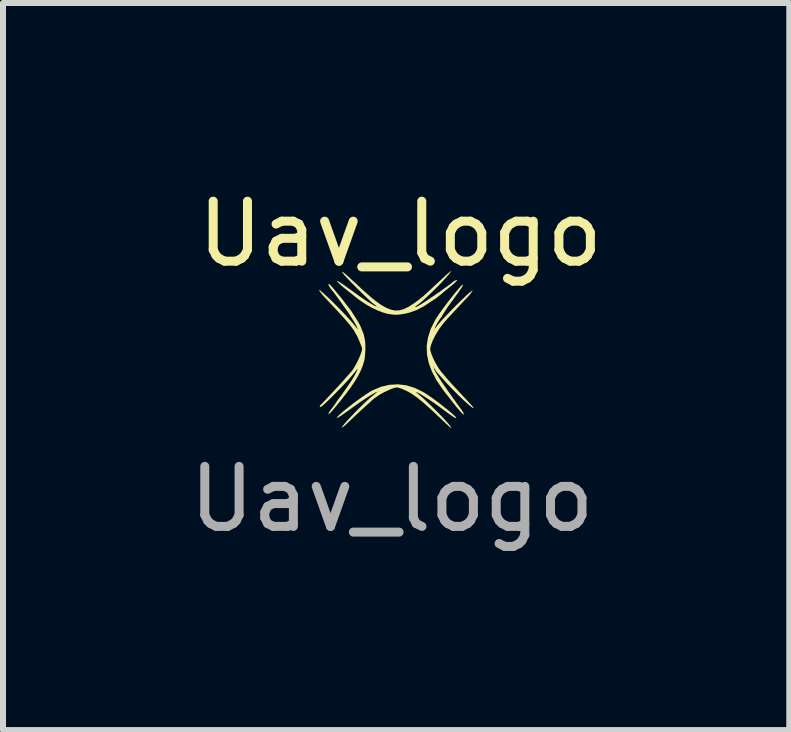
<source format=kicad_pcb>
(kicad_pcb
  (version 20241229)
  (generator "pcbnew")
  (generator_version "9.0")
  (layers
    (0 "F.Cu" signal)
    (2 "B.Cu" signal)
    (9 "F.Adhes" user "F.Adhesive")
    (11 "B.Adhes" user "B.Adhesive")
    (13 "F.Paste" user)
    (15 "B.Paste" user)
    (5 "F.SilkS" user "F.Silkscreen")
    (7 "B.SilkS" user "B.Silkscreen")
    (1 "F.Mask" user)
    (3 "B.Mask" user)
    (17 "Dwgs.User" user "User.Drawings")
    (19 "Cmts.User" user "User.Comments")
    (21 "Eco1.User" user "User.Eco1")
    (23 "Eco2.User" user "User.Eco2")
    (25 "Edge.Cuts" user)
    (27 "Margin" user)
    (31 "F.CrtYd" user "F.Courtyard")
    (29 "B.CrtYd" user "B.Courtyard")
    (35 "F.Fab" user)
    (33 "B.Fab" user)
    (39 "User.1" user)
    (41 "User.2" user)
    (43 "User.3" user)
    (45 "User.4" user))
  (footprint "Uav_logo"
    (layer "F.Cu")
    (at 3.482 2.768)
    (property "Reference" "Uav_logo" (at 0.14 -1.92 0) (unlocked yes) (layer "F.SilkS") (effects (font (size 1 1) (thickness 0.15))))
    (attr smd exclude_from_bom allow_missing_courtyard)
    (fp_poly (pts (xy -0.215 -0.69) (xy -0.222 -0.684) (xy -0.228 -0.69) (xy -0.222 -0.696)) (stroke (width 0) (type solid)) (fill yes) (layer "F.SilkS"))
    (fp_poly (pts (xy -0.215 0.703) (xy -0.222 0.709) (xy -0.228 0.703) (xy -0.222 0.696)) (stroke (width 0) (type solid)) (fill yes) (layer "F.SilkS"))
    (fp_poly (pts (xy 0.696 -0.298) (xy 0.69 -0.291) (xy 0.684 -0.298) (xy 0.69 -0.304)) (stroke (width 0) (type solid)) (fill yes) (layer "F.SilkS"))
    (fp_poly (pts (xy 0.696 0.298) (xy 0.69 0.304) (xy 0.684 0.298) (xy 0.69 0.291)) (stroke (width 0) (type solid)) (fill yes) (layer "F.SilkS"))
    (fp_poly (pts (xy 0.709 -0.323) (xy 0.703 -0.317) (xy 0.696 -0.323) (xy 0.703 -0.329)) (stroke (width 0) (type solid)) (fill yes) (layer "F.SilkS"))
    (fp_poly (pts (xy 0.241 0.604) (xy 0.381 0.647) (xy 0.52 0.715) (xy 0.553 0.735) (xy 0.608 0.771) (xy 0.67 0.814) (xy 0.736 0.862) (xy 0.804 0.913) (xy 0.869 0.965) (xy 0.931 1.014) (xy 0.985 1.059) (xy 1.028 1.097) (xy 1.058 1.126) (xy 1.072 1.144) (xy 1.072 1.148) (xy 1.063 1.15) (xy 1.044 1.142) (xy 1.014 1.123) (xy 0.969 1.092) (xy 0.908 1.048) (xy 0.889 1.034) (xy 0.797 0.966) (xy 0.708 0.902) (xy 0.624 0.845) (xy 0.549 0.796) (xy 0.486 0.756) (xy 0.437 0.729) (xy 0.412 0.718) (xy 0.401 0.717) (xy 0.413 0.729) (xy 0.423 0.737) (xy 0.466 0.772) (xy 0.519 0.818) (xy 0.578 0.873) (xy 0.642 0.934) (xy 0.707 0.998) (xy 0.772 1.062) (xy 0.832 1.125) (xy 0.886 1.182) (xy 0.931 1.232) (xy 0.965 1.272) (xy 0.984 1.3) (xy 0.988 1.309) (xy 0.986 1.312) (xy 0.978 1.309) (xy 0.964 1.298) (xy 0.94 1.277) (xy 0.904 1.244) (xy 0.854 1.197) (xy 0.788 1.134) (xy 0.785 1.132) (xy 0.674 1.027) (xy 0.577 0.939) (xy 0.492 0.866) (xy 0.417 0.806) (xy 0.348 0.757) (xy 0.285 0.718) (xy 0.223 0.687) (xy 0.161 0.661) (xy 0.159 0.66) (xy 0.116 0.645) (xy 0.087 0.639) (xy 0.06 0.641) (xy 0.026 0.651) (xy 0.02 0.652) (xy -0.023 0.669) (xy -0.076 0.693) (xy -0.132 0.72) (xy -0.184 0.748) (xy -0.225 0.773) (xy -0.249 0.791) (xy -0.29 0.818) (xy -0.315 0.838) (xy -0.33 0.852) (xy -0.363 0.882) (xy -0.405 0.92) (xy -0.443 0.955) (xy -0.498 1.005) (xy -0.565 1.067) (xy -0.639 1.136) (xy -0.714 1.207) (xy -0.769 1.259) (xy -0.801 1.287) (xy -0.825 1.305) (xy -0.835 1.309) (xy -0.836 1.308) (xy -0.827 1.291) (xy -0.803 1.259) (xy -0.765 1.215) (xy -0.718 1.163) (xy -0.663 1.105) (xy -0.604 1.043) (xy -0.542 0.981) (xy -0.482 0.922) (xy -0.425 0.868) (xy -0.374 0.822) (xy -0.333 0.787) (xy -0.331 0.785) (xy -0.292 0.754) (xy -0.263 0.729) (xy -0.248 0.714) (xy -0.246 0.712) (xy -0.259 0.715) (xy -0.289 0.731) (xy -0.333 0.757) (xy -0.386 0.789) (xy -0.444 0.827) (xy -0.505 0.867) (xy -0.565 0.908) (xy -0.606 0.937) (xy -0.66 0.976) (xy -0.71 1.012) (xy -0.751 1.042) (xy -0.777 1.06) (xy -0.777 1.06) (xy -0.837 1.103) (xy -0.882 1.131) (xy -0.91 1.146) (xy -0.92 1.147) (xy -0.913 1.133) (xy -0.886 1.105) (xy -0.868 1.088) (xy -0.808 1.035) (xy -0.736 0.977) (xy -0.657 0.915) (xy -0.574 0.853) (xy -0.494 0.796) (xy -0.42 0.746) (xy -0.357 0.706) (xy -0.351 0.703) (xy -0.228 0.703) (xy -0.222 0.709) (xy -0.215 0.703) (xy -0.222 0.696) (xy -0.228 0.703) (xy -0.351 0.703) (xy -0.321 0.686) (xy -0.181 0.628) (xy -0.041 0.595) (xy 0.101 0.587)) (stroke (width 0) (type solid)) (fill yes) (layer "F.SilkS"))
    (fp_poly (pts (xy 0.988 -1.299) (xy 0.98 -1.286) (xy 0.958 -1.258) (xy 0.926 -1.22) (xy 0.887 -1.176) (xy 0.845 -1.13) (xy 0.804 -1.086) (xy 0.767 -1.048) (xy 0.765 -1.046) (xy 0.681 -0.963) (xy 0.605 -0.891) (xy 0.538 -0.829) (xy 0.485 -0.782) (xy 0.445 -0.749) (xy 0.433 -0.741) (xy 0.4 -0.717) (xy 0.386 -0.702) (xy 0.393 -0.7) (xy 0.42 -0.71) (xy 0.432 -0.716) (xy 0.465 -0.735) (xy 0.513 -0.765) (xy 0.572 -0.803) (xy 0.638 -0.848) (xy 0.709 -0.896) (xy 0.78 -0.945) (xy 0.848 -0.993) (xy 0.91 -1.038) (xy 0.962 -1.076) (xy 1.001 -1.106) (xy 1.023 -1.125) (xy 1.026 -1.128) (xy 1.041 -1.138) (xy 1.064 -1.146) (xy 1.095 -1.155) (xy 1.064 -1.121) (xy 1.042 -1.1) (xy 1.005 -1.068) (xy 0.958 -1.029) (xy 0.906 -0.988) (xy 0.903 -0.985) (xy 0.855 -0.946) (xy 0.817 -0.912) (xy 0.732 -0.845) (xy 0.691 -0.819) (xy 0.657 -0.796) (xy 0.528 -0.711) (xy 0.405 -0.648) (xy 0.285 -0.606) (xy 0.235 -0.594) (xy 0.15 -0.579) (xy 0.08 -0.572) (xy 0.013 -0.575) (xy -0.06 -0.586) (xy -0.082 -0.59) (xy -0.16 -0.613) (xy -0.25 -0.649) (xy -0.335 -0.69) (xy -0.228 -0.69) (xy -0.222 -0.684) (xy -0.215 -0.69) (xy -0.222 -0.696) (xy -0.228 -0.69) (xy -0.335 -0.69) (xy -0.345 -0.695) (xy -0.439 -0.749) (xy -0.525 -0.806) (xy -0.532 -0.811) (xy -0.577 -0.845) (xy -0.614 -0.873) (xy -0.638 -0.893) (xy -0.646 -0.899) (xy -0.658 -0.91) (xy -0.685 -0.932) (xy -0.722 -0.96) (xy -0.728 -0.965) (xy -0.782 -1.007) (xy -0.83 -1.048) (xy -0.87 -1.085) (xy -0.9 -1.114) (xy -0.915 -1.133) (xy -0.914 -1.14) (xy -0.899 -1.132) (xy -0.867 -1.113) (xy -0.822 -1.083) (xy -0.767 -1.045) (xy -0.718 -1.009) (xy -0.622 -0.94) (xy -0.543 -0.883) (xy -0.477 -0.838) (xy -0.422 -0.801) (xy -0.373 -0.77) (xy -0.327 -0.743) (xy -0.31 -0.734) (xy -0.272 -0.714) (xy -0.254 -0.707) (xy -0.255 -0.712) (xy -0.262 -0.72) (xy -0.284 -0.739) (xy -0.297 -0.747) (xy -0.297 -0.747) (xy -0.31 -0.756) (xy -0.338 -0.78) (xy -0.378 -0.816) (xy -0.427 -0.863) (xy -0.483 -0.917) (xy -0.542 -0.975) (xy -0.601 -1.034) (xy -0.659 -1.092) (xy -0.711 -1.146) (xy -0.756 -1.193) (xy -0.791 -1.231) (xy -0.811 -1.256) (xy -0.812 -1.257) (xy -0.828 -1.28) (xy -0.83 -1.29) (xy -0.818 -1.284) (xy -0.79 -1.263) (xy -0.747 -1.226) (xy -0.688 -1.172) (xy -0.611 -1.101) (xy -0.594 -1.086) (xy -0.493 -0.992) (xy -0.407 -0.915) (xy -0.334 -0.852) (xy -0.27 -0.801) (xy -0.213 -0.759) (xy -0.161 -0.725) (xy -0.11 -0.697) (xy -0.093 -0.688) (xy -0.017 -0.657) (xy 0.054 -0.643) (xy 0.125 -0.646) (xy 0.199 -0.667) (xy 0.28 -0.707) (xy 0.372 -0.766) (xy 0.394 -0.782) (xy 0.428 -0.807) (xy 0.458 -0.83) (xy 0.487 -0.853) (xy 0.518 -0.878) (xy 0.553 -0.909) (xy 0.596 -0.948) (xy 0.649 -0.998) (xy 0.716 -1.06) (xy 0.766 -1.107) (xy 0.843 -1.178) (xy 0.902 -1.233) (xy 0.946 -1.271) (xy 0.973 -1.293) (xy 0.986 -1.3)) (stroke (width 0) (type solid)) (fill yes) (layer "F.SilkS"))
    (fp_poly (pts (xy -1.046 -1.083) (xy -1.021 -1.061) (xy -0.984 -1.02) (xy -0.933 -0.958) (xy -0.93 -0.954) (xy -0.902 -0.921) (xy -0.882 -0.896) (xy -0.873 -0.886) (xy -0.863 -0.874) (xy -0.84 -0.846) (xy -0.809 -0.806) (xy -0.772 -0.756) (xy -0.763 -0.745) (xy -0.725 -0.696) (xy -0.692 -0.656) (xy -0.634 -0.566) (xy -0.627 -0.554) (xy -0.592 -0.501) (xy -0.559 -0.447) (xy -0.533 -0.398) (xy -0.515 -0.362) (xy -0.513 -0.354) (xy -0.501 -0.323) (xy -0.486 -0.285) (xy -0.484 -0.28) (xy -0.471 -0.249) (xy -0.466 -0.229) (xy -0.466 -0.226) (xy -0.464 -0.21) (xy -0.456 -0.18) (xy -0.455 -0.176) (xy -0.447 -0.129) (xy -0.443 -0.065) (xy -0.443 0.008) (xy -0.447 0.083) (xy -0.454 0.152) (xy -0.463 0.198) (xy -0.486 0.275) (xy -0.518 0.355) (xy -0.56 0.439) (xy -0.614 0.53) (xy -0.681 0.63) (xy -0.763 0.741) (xy -0.861 0.866) (xy -0.941 0.964) (xy -0.992 1.024) (xy -1.028 1.063) (xy -1.05 1.082) (xy -1.058 1.08) (xy -1.054 1.066) (xy -1.042 1.044) (xy -1.02 1.012) (xy -1.006 0.994) (xy -0.975 0.953) (xy -0.941 0.905) (xy -0.924 0.88) (xy -0.9 0.845) (xy -0.882 0.82) (xy -0.874 0.81) (xy -0.863 0.797) (xy -0.839 0.764) (xy -0.804 0.714) (xy -0.758 0.649) (xy -0.704 0.57) (xy -0.674 0.525) (xy -0.653 0.492) (xy -0.63 0.453) (xy -0.609 0.413) (xy -0.591 0.377) (xy -0.578 0.348) (xy -0.573 0.333) (xy -0.579 0.335) (xy -0.58 0.336) (xy -0.592 0.35) (xy -0.616 0.38) (xy -0.648 0.42) (xy -0.67 0.446) (xy -0.701 0.483) (xy -0.746 0.532) (xy -0.8 0.59) (xy -0.86 0.653) (xy -0.923 0.717) (xy -0.985 0.78) (xy -1.044 0.838) (xy -1.096 0.888) (xy -1.138 0.927) (xy -1.166 0.95) (xy -1.168 0.952) (xy -1.192 0.967) (xy -1.202 0.965) (xy -1.203 0.958) (xy -1.194 0.936) (xy -1.182 0.923) (xy -1.165 0.907) (xy -1.135 0.875) (xy -1.093 0.832) (xy -1.044 0.779) (xy -0.99 0.721) (xy -0.934 0.661) (xy -0.88 0.602) (xy -0.83 0.548) (xy -0.788 0.501) (xy -0.766 0.476) (xy -0.731 0.436) (xy -0.701 0.402) (xy -0.681 0.38) (xy -0.677 0.375) (xy -0.654 0.346) (xy -0.626 0.3) (xy -0.594 0.244) (xy -0.564 0.184) (xy -0.538 0.127) (xy -0.525 0.095) (xy -0.508 0.048) (xy -0.5 0.016) (xy -0.498 -0.008) (xy -0.504 -0.033) (xy -0.513 -0.059) (xy -0.57 -0.197) (xy -0.637 -0.316) (xy -0.702 -0.404) (xy -0.764 -0.477) (xy -0.84 -0.562) (xy -0.932 -0.662) (xy -1.04 -0.777) (xy -1.096 -0.836) (xy -1.137 -0.88) (xy -1.171 -0.92) (xy -1.196 -0.952) (xy -1.212 -0.975) (xy -1.214 -0.985) (xy -1.202 -0.98) (xy -1.195 -0.975) (xy -1.143 -0.931) (xy -1.078 -0.873) (xy -1.006 -0.804) (xy -0.93 -0.728) (xy -0.853 -0.65) (xy -0.778 -0.571) (xy -0.71 -0.497) (xy -0.652 -0.431) (xy -0.608 -0.376) (xy -0.592 -0.355) (xy -0.575 -0.334) (xy -0.571 -0.334) (xy -0.577 -0.353) (xy -0.595 -0.391) (xy -0.609 -0.418) (xy -0.631 -0.457) (xy -0.684 -0.538) (xy -0.707 -0.577) (xy -0.712 -0.585) (xy -0.751 -0.641) (xy -0.795 -0.703) (xy -0.841 -0.768) (xy -0.886 -0.83) (xy -0.926 -0.885) (xy -0.958 -0.929) (xy -0.98 -0.957) (xy -0.981 -0.959) (xy -1.001 -0.983) (xy -1.008 -0.991) (xy -1.034 -1.027) (xy -1.053 -1.059) (xy -1.06 -1.081) (xy -1.059 -1.085)) (stroke (width 0) (type solid)) (fill yes) (layer "F.SilkS"))
    (fp_poly (pts (xy 1.186 -1.072) (xy 1.182 -1.06) (xy 1.166 -1.031) (xy 1.14 -0.993) (xy 1.122 -0.966) (xy 1.088 -0.919) (xy 1.058 -0.877) (xy 1.035 -0.846) (xy 1.029 -0.837) (xy 1.004 -0.803) (xy 0.981 -0.773) (xy 0.962 -0.747) (xy 0.935 -0.71) (xy 0.906 -0.666) (xy 0.878 -0.622) (xy 0.854 -0.584) (xy 0.838 -0.558) (xy 0.835 -0.551) (xy 0.824 -0.532) (xy 0.809 -0.515) (xy 0.795 -0.495) (xy 0.775 -0.464) (xy 0.753 -0.427) (xy 0.734 -0.391) (xy 0.719 -0.361) (xy 0.712 -0.344) (xy 0.713 -0.342) (xy 0.723 -0.351) (xy 0.743 -0.376) (xy 0.77 -0.41) (xy 0.771 -0.411) (xy 0.797 -0.442) (xy 0.836 -0.486) (xy 0.887 -0.54) (xy 0.945 -0.601) (xy 1.008 -0.666) (xy 1.072 -0.731) (xy 1.135 -0.793) (xy 1.193 -0.849) (xy 1.243 -0.897) (xy 1.281 -0.931) (xy 1.304 -0.95) (xy 1.349 -0.981) (xy 1.324 -0.943) (xy 1.299 -0.909) (xy 1.267 -0.873) (xy 1.261 -0.866) (xy 1.239 -0.843) (xy 1.203 -0.806) (xy 1.159 -0.759) (xy 1.11 -0.706) (xy 1.089 -0.684) (xy 1.041 -0.632) (xy 0.997 -0.585) (xy 0.962 -0.547) (xy 0.938 -0.521) (xy 0.932 -0.515) (xy 0.857 -0.429) (xy 0.787 -0.335) (xy 0.727 -0.238) (xy 0.68 -0.144) (xy 0.651 -0.067) (xy 0.641 -0.03) (xy 0.638 -0.002) (xy 0.642 0.028) (xy 0.654 0.068) (xy 0.66 0.085) (xy 0.682 0.14) (xy 0.71 0.2) (xy 0.742 0.259) (xy 0.776 0.315) (xy 0.809 0.363) (xy 0.839 0.399) (xy 0.884 0.45) (xy 0.895 0.466) (xy 0.914 0.488) (xy 0.942 0.52) (xy 0.982 0.564) (xy 1.034 0.621) (xy 1.102 0.694) (xy 1.139 0.734) (xy 1.191 0.79) (xy 1.24 0.842) (xy 1.282 0.888) (xy 1.314 0.922) (xy 1.326 0.935) (xy 1.349 0.962) (xy 1.361 0.981) (xy 1.362 0.985) (xy 1.349 0.981) (xy 1.321 0.961) (xy 1.281 0.928) (xy 1.231 0.885) (xy 1.175 0.833) (xy 1.114 0.775) (xy 1.053 0.714) (xy 0.992 0.652) (xy 0.936 0.592) (xy 0.926 0.582) (xy 0.861 0.511) (xy 0.812 0.456) (xy 0.775 0.415) (xy 0.75 0.386) (xy 0.734 0.367) (xy 0.726 0.354) (xy 0.722 0.346) (xy 0.722 0.343) (xy 0.713 0.325) (xy 0.709 0.323) (xy 0.701 0.323) (xy 0.706 0.342) (xy 0.724 0.377) (xy 0.753 0.427) (xy 0.792 0.489) (xy 0.84 0.562) (xy 0.895 0.643) (xy 0.956 0.73) (xy 0.973 0.753) (xy 1.021 0.821) (xy 1.067 0.885) (xy 1.108 0.942) (xy 1.141 0.987) (xy 1.162 1.016) (xy 1.187 1.055) (xy 1.198 1.081) (xy 1.197 1.092) (xy 1.183 1.085) (xy 1.156 1.058) (xy 1.154 1.056) (xy 1.123 1.019) (xy 1.093 0.986) (xy 1.084 0.975) (xy 1.063 0.95) (xy 1.033 0.911) (xy 0.999 0.868) (xy 0.994 0.861) (xy 0.964 0.822) (xy 0.94 0.791) (xy 0.926 0.774) (xy 0.924 0.772) (xy 0.914 0.76) (xy 0.892 0.732) (xy 0.863 0.694) (xy 0.846 0.671) (xy 0.743 0.52) (xy 0.666 0.372) (xy 0.638 0.298) (xy 0.684 0.298) (xy 0.69 0.304) (xy 0.696 0.298) (xy 0.69 0.291) (xy 0.684 0.298) (xy 0.638 0.298) (xy 0.612 0.229) (xy 0.584 0.088) (xy 0.579 -0.052) (xy 0.6 -0.191) (xy 0.634 -0.298) (xy 0.684 -0.298) (xy 0.69 -0.291) (xy 0.696 -0.298) (xy 0.69 -0.304) (xy 0.684 -0.298) (xy 0.634 -0.298) (xy 0.642 -0.323) (xy 0.696 -0.323) (xy 0.703 -0.317) (xy 0.709 -0.323) (xy 0.703 -0.329) (xy 0.696 -0.323) (xy 0.642 -0.323) (xy 0.644 -0.33) (xy 0.713 -0.471) (xy 0.758 -0.544) (xy 0.794 -0.598) (xy 0.842 -0.663) (xy 0.896 -0.736) (xy 0.954 -0.812) (xy 1.012 -0.886) (xy 1.067 -0.954) (xy 1.115 -1.011) (xy 1.153 -1.053) (xy 1.162 -1.062) (xy 1.179 -1.073)) (stroke (width 0) (type solid)) (fill yes) (layer "F.SilkS"))
    (fp_text user "${REFERENCE}" (at 0 2.5 0) (unlocked yes) (layer "F.Fab") (effects (font (size 1 1) (thickness 0.15)))))
  (gr_rect
    (start -3 -3)
    (end 10.104 9.117)
    (stroke (width 0.1) (type default))
    (fill no)
    (layer "Edge.Cuts")))
</source>
